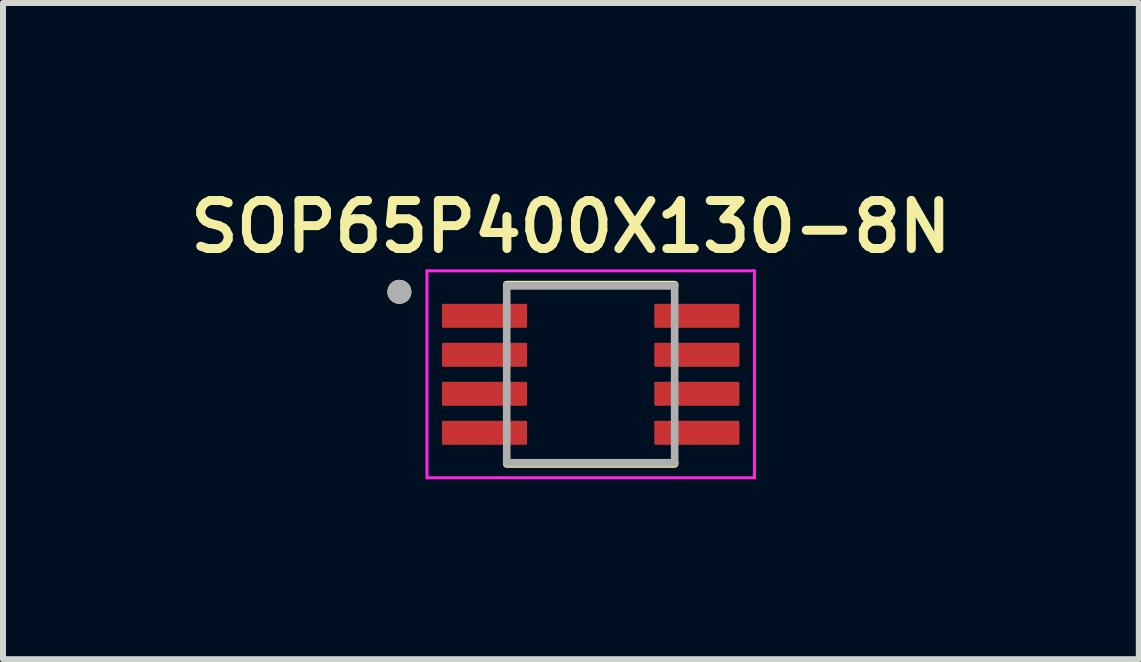
<source format=kicad_pcb>
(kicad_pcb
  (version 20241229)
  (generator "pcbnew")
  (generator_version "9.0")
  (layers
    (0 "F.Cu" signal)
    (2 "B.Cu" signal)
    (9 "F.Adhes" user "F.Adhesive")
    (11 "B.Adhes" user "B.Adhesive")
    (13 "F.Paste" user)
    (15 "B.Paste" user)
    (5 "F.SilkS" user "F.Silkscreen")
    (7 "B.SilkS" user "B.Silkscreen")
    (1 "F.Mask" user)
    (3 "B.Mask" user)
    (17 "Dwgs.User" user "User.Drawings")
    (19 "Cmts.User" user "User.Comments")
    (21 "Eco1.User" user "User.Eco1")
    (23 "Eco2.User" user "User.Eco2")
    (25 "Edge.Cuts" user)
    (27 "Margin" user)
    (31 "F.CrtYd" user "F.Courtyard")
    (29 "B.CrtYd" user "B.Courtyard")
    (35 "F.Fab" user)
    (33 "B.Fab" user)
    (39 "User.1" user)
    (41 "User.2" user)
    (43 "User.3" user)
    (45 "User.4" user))
  (footprint "SOP65P400X130-8N"
    (layer "F.Cu")
    (at 6.799 3.191)
    (property "Reference" "SOP65P400X130-8N" (at -0.33 -2.46 0) (layer "F.SilkS") (effects (font (size 0.8 0.8) (thickness 0.15))))
    (attr smd)
    (fp_line (start -1.4 -1.495) (end 1.4 -1.495) (stroke (width 0.127) (type solid)) (layer "F.SilkS"))
    (fp_line (start -1.4 1.495) (end 1.4 1.495) (stroke (width 0.127) (type solid)) (layer "F.SilkS"))
    (fp_circle (center -3.19 -1.375) (end -3.09 -1.375) (stroke (width 0.2) (type solid)) (fill no) (layer "F.SilkS"))
    (fp_line (start -2.73 -1.725) (end -2.73 1.725) (stroke (width 0.05) (type solid)) (layer "F.CrtYd"))
    (fp_line (start -2.73 -1.725) (end 2.73 -1.725) (stroke (width 0.05) (type solid)) (layer "F.CrtYd"))
    (fp_line (start -2.73 1.725) (end 2.73 1.725) (stroke (width 0.05) (type solid)) (layer "F.CrtYd"))
    (fp_line (start 2.73 -1.725) (end 2.73 1.725) (stroke (width 0.05) (type solid)) (layer "F.CrtYd"))
    (fp_line (start -1.4 -1.475) (end -1.4 1.475) (stroke (width 0.127) (type solid)) (layer "F.Fab"))
    (fp_line (start -1.4 -1.475) (end 1.4 -1.475) (stroke (width 0.127) (type solid)) (layer "F.Fab"))
    (fp_line (start -1.4 1.475) (end 1.4 1.475) (stroke (width 0.127) (type solid)) (layer "F.Fab"))
    (fp_line (start 1.4 -1.475) (end 1.4 1.475) (stroke (width 0.127) (type solid)) (layer "F.Fab"))
    (fp_circle (center -3.19 -1.375) (end -3.09 -1.375) (stroke (width 0.2) (type solid)) (fill no) (layer "F.Fab"))
    (pad "1" smd roundrect (at -1.77 -0.975) (size 1.42 0.4) (layers "F.Cu" "F.Mask" "F.Paste") (roundrect_rratio 0.05))
    (pad "2" smd roundrect (at -1.77 -0.325) (size 1.42 0.4) (layers "F.Cu" "F.Mask" "F.Paste") (roundrect_rratio 0.05))
    (pad "3" smd roundrect (at -1.77 0.325) (size 1.42 0.4) (layers "F.Cu" "F.Mask" "F.Paste") (roundrect_rratio 0.05))
    (pad "4" smd roundrect (at -1.77 0.975) (size 1.42 0.4) (layers "F.Cu" "F.Mask" "F.Paste") (roundrect_rratio 0.05))
    (pad "5" smd roundrect (at 1.77 0.975) (size 1.42 0.4) (layers "F.Cu" "F.Mask" "F.Paste") (roundrect_rratio 0.05))
    (pad "6" smd roundrect (at 1.77 0.325) (size 1.42 0.4) (layers "F.Cu" "F.Mask" "F.Paste") (roundrect_rratio 0.05))
    (pad "7" smd roundrect (at 1.77 -0.325) (size 1.42 0.4) (layers "F.Cu" "F.Mask" "F.Paste") (roundrect_rratio 0.05))
    (pad "8" smd roundrect (at 1.77 -0.975) (size 1.42 0.4) (layers "F.Cu" "F.Mask" "F.Paste") (roundrect_rratio 0.05)))
  (gr_rect
    (start -3 -3)
    (end 15.938 7.941)
    (stroke (width 0.1) (type default))
    (fill no)
    (layer "Edge.Cuts")))
</source>
